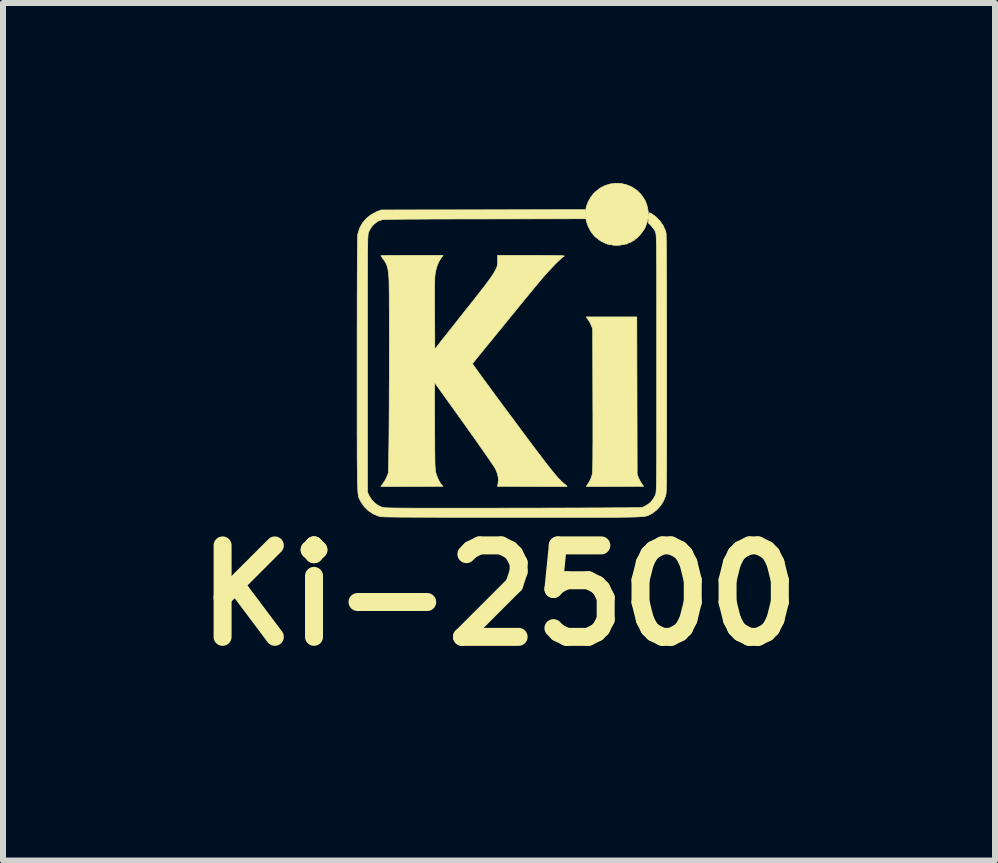
<source format=kicad_pcb>
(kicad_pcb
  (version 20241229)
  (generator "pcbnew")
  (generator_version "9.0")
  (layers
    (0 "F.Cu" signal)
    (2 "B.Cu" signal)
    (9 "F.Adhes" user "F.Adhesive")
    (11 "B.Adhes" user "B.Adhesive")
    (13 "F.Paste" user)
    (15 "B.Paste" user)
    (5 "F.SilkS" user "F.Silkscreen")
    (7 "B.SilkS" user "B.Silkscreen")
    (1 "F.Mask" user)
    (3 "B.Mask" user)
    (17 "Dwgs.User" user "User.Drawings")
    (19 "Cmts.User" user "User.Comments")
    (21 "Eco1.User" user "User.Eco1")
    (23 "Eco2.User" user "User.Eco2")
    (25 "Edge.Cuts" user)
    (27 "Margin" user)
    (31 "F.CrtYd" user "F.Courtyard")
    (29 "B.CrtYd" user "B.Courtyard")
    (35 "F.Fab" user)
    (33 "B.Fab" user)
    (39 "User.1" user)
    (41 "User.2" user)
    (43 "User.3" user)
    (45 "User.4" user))
  (footprint "Ki-2500"
    (layer "F.Cu")
    (at 5.494 2.802)
    (property "Reference" "Ki-2500" (at -0.225 4.075 0) (layer "F.SilkS") (effects (font (size 1.524 1.524) (thickness 0.3))))
    (attr through_hole)
    (fp_poly (pts (xy 2.075 0.744) (xy 2.078 2.057) (xy 2.1 2.113) (xy 2.12 2.153) (xy 2.143 2.194) (xy 2.154 2.212) (xy 2.185 2.255) (xy 1.707 2.258) (xy 1.611 2.258) (xy 1.521 2.259) (xy 1.44 2.259) (xy 1.369 2.259) (xy 1.31 2.258) (xy 1.266 2.258) (xy 1.239 2.257) (xy 1.229 2.256) (xy 1.235 2.247) (xy 1.249 2.227) (xy 1.253 2.221) (xy 1.3 2.143) (xy 1.329 2.056) (xy 1.331 2.047) (xy 1.332 2.03) (xy 1.334 2.001) (xy 1.336 1.959) (xy 1.337 1.903) (xy 1.338 1.832) (xy 1.339 1.746) (xy 1.339 1.644) (xy 1.34 1.526) (xy 1.34 1.39) (xy 1.34 1.236) (xy 1.34 1.064) (xy 1.339 0.872) (xy 1.339 0.808) (xy 1.336 -0.371) (xy 1.313 -0.426) (xy 1.294 -0.467) (xy 1.271 -0.508) (xy 1.259 -0.525) (xy 1.228 -0.569) (xy 2.072 -0.569) (xy 2.075 0.744)) (stroke (width 0.01) (type solid)) (fill yes) (layer "F.SilkS"))
    (fp_poly (pts (xy -1.193 -1.547) (xy -1.231 -1.483) (xy -1.261 -1.409) (xy -1.284 -1.32) (xy -1.285 -1.314) (xy -1.288 -1.295) (xy -1.291 -1.272) (xy -1.294 -1.244) (xy -1.296 -1.21) (xy -1.297 -1.167) (xy -1.298 -1.115) (xy -1.299 -1.051) (xy -1.299 -0.973) (xy -1.299 -0.88) (xy -1.299 -0.77) (xy -1.298 -0.642) (xy -1.298 -0.633) (xy -1.295 -0.032) (xy -1.158 -0.207) (xy -1.122 -0.251) (xy -1.077 -0.309) (xy -1.022 -0.378) (xy -0.961 -0.455) (xy -0.896 -0.538) (xy -0.828 -0.624) (xy -0.759 -0.711) (xy -0.706 -0.777) (xy -0.626 -0.878) (xy -0.558 -0.965) (xy -0.501 -1.039) (xy -0.452 -1.102) (xy -0.412 -1.156) (xy -0.378 -1.202) (xy -0.351 -1.241) (xy -0.328 -1.276) (xy -0.308 -1.307) (xy -0.291 -1.337) (xy -0.278 -1.361) (xy -0.264 -1.392) (xy -0.255 -1.42) (xy -0.25 -1.451) (xy -0.249 -1.494) (xy -0.249 -1.506) (xy -0.249 -1.595) (xy 0.307 -1.595) (xy 0.443 -1.595) (xy 0.561 -1.594) (xy 0.659 -1.593) (xy 0.739 -1.592) (xy 0.799 -1.591) (xy 0.84 -1.589) (xy 0.861 -1.586) (xy 0.864 -1.585) (xy 0.856 -1.575) (xy 0.853 -1.575) (xy 0.84 -1.568) (xy 0.816 -1.548) (xy 0.783 -1.517) (xy 0.742 -1.478) (xy 0.697 -1.433) (xy 0.65 -1.383) (xy 0.602 -1.332) (xy 0.556 -1.282) (xy 0.514 -1.234) (xy 0.481 -1.195) (xy 0.437 -1.143) (xy 0.385 -1.081) (xy 0.328 -1.011) (xy 0.267 -0.937) (xy 0.205 -0.862) (xy 0.153 -0.798) (xy 0.088 -0.718) (xy 0.014 -0.627) (xy -0.067 -0.528) (xy -0.15 -0.426) (xy -0.233 -0.324) (xy -0.312 -0.227) (xy -0.38 -0.144) (xy -0.44 -0.071) (xy -0.495 -0.003) (xy -0.545 0.058) (xy -0.588 0.111) (xy -0.623 0.155) (xy -0.649 0.187) (xy -0.664 0.207) (xy -0.668 0.212) (xy -0.662 0.221) (xy -0.645 0.245) (xy -0.618 0.283) (xy -0.581 0.335) (xy -0.534 0.398) (xy -0.48 0.473) (xy -0.418 0.557) (xy -0.349 0.651) (xy -0.275 0.752) (xy -0.195 0.86) (xy -0.111 0.974) (xy -0.023 1.092) (xy -0.015 1.102) (xy 0.099 1.256) (xy 0.202 1.395) (xy 0.294 1.518) (xy 0.377 1.629) (xy 0.45 1.726) (xy 0.516 1.811) (xy 0.573 1.886) (xy 0.624 1.951) (xy 0.669 2.006) (xy 0.708 2.054) (xy 0.742 2.094) (xy 0.773 2.128) (xy 0.8 2.156) (xy 0.825 2.18) (xy 0.847 2.201) (xy 0.865 2.215) (xy 0.89 2.236) (xy 0.906 2.251) (xy 0.91 2.257) (xy 0.899 2.258) (xy 0.87 2.258) (xy 0.824 2.258) (xy 0.764 2.259) (xy 0.69 2.259) (xy 0.605 2.259) (xy 0.511 2.259) (xy 0.409 2.258) (xy 0.327 2.258) (xy -0.252 2.255) (xy -0.242 2.212) (xy -0.235 2.138) (xy -0.247 2.059) (xy -0.278 1.977) (xy -0.28 1.973) (xy -0.292 1.952) (xy -0.315 1.916) (xy -0.349 1.866) (xy -0.392 1.803) (xy -0.443 1.729) (xy -0.502 1.644) (xy -0.568 1.55) (xy -0.639 1.448) (xy -0.716 1.34) (xy -0.797 1.226) (xy -0.805 1.215) (xy -0.88 1.111) (xy -0.951 1.011) (xy -1.019 0.917) (xy -1.081 0.83) (xy -1.137 0.752) (xy -1.186 0.684) (xy -1.227 0.626) (xy -1.259 0.581) (xy -1.282 0.549) (xy -1.295 0.532) (xy -1.297 0.529) (xy -1.298 0.538) (xy -1.298 0.566) (xy -1.299 0.611) (xy -1.299 0.671) (xy -1.299 0.746) (xy -1.299 0.832) (xy -1.299 0.93) (xy -1.299 1.037) (xy -1.298 1.151) (xy -1.298 1.25) (xy -1.297 1.39) (xy -1.296 1.512) (xy -1.296 1.616) (xy -1.295 1.704) (xy -1.294 1.778) (xy -1.293 1.839) (xy -1.292 1.889) (xy -1.29 1.929) (xy -1.288 1.96) (xy -1.286 1.985) (xy -1.284 2.005) (xy -1.281 2.02) (xy -1.277 2.034) (xy -1.276 2.037) (xy -1.254 2.1) (xy -1.228 2.158) (xy -1.201 2.205) (xy -1.182 2.229) (xy -1.158 2.255) (xy -1.676 2.258) (xy -1.777 2.258) (xy -1.871 2.259) (xy -1.956 2.259) (xy -2.032 2.259) (xy -2.095 2.259) (xy -2.145 2.258) (xy -2.178 2.258) (xy -2.194 2.257) (xy -2.195 2.257) (xy -2.189 2.248) (xy -2.174 2.228) (xy -2.164 2.215) (xy -2.126 2.158) (xy -2.093 2.092) (xy -2.071 2.032) (xy -2.07 2.016) (xy -2.068 1.981) (xy -2.067 1.928) (xy -2.065 1.86) (xy -2.064 1.776) (xy -2.063 1.679) (xy -2.061 1.569) (xy -2.06 1.449) (xy -2.059 1.319) (xy -2.058 1.181) (xy -2.057 1.036) (xy -2.056 0.885) (xy -2.056 0.73) (xy -2.055 0.573) (xy -2.054 0.414) (xy -2.054 0.255) (xy -2.054 0.097) (xy -2.054 -0.058) (xy -2.053 -0.209) (xy -2.054 -0.356) (xy -2.054 -0.495) (xy -2.054 -0.627) (xy -2.055 -0.749) (xy -2.055 -0.86) (xy -2.056 -0.96) (xy -2.057 -1.046) (xy -2.058 -1.118) (xy -2.059 -1.173) (xy -2.061 -1.211) (xy -2.061 -1.219) (xy -2.068 -1.299) (xy -2.077 -1.363) (xy -2.091 -1.416) (xy -2.109 -1.461) (xy -2.134 -1.504) (xy -2.155 -1.533) (xy -2.175 -1.56) (xy -2.189 -1.581) (xy -2.195 -1.59) (xy -2.185 -1.591) (xy -2.156 -1.592) (xy -2.112 -1.593) (xy -2.052 -1.594) (xy -1.98 -1.594) (xy -1.897 -1.595) (xy -1.806 -1.595) (xy -1.707 -1.595) (xy -1.676 -1.595) (xy -1.158 -1.595) (xy -1.193 -1.547)) (stroke (width 0.01) (type solid)) (fill yes) (layer "F.SilkS"))
    (fp_poly (pts (xy 1.817 -2.792) (xy 1.907 -2.77) (xy 1.993 -2.733) (xy 2.071 -2.681) (xy 2.14 -2.614) (xy 2.197 -2.533) (xy 2.212 -2.504) (xy 2.233 -2.454) (xy 2.25 -2.393) (xy 2.261 -2.332) (xy 2.266 -2.28) (xy 2.26 -2.216) (xy 2.243 -2.145) (xy 2.218 -2.076) (xy 2.209 -2.055) (xy 2.192 -2.026) (xy 2.167 -1.99) (xy 2.139 -1.954) (xy 2.11 -1.92) (xy 2.084 -1.892) (xy 2.063 -1.874) (xy 2.055 -1.87) (xy 2.04 -1.861) (xy 2.036 -1.854) (xy 2.027 -1.843) (xy 2.022 -1.844) (xy 2.01 -1.841) (xy 1.993 -1.828) (xy 1.978 -1.816) (xy 1.971 -1.814) (xy 1.971 -1.814) (xy 1.965 -1.815) (xy 1.957 -1.81) (xy 1.943 -1.803) (xy 1.937 -1.805) (xy 1.931 -1.804) (xy 1.93 -1.799) (xy 1.924 -1.792) (xy 1.92 -1.793) (xy 1.911 -1.792) (xy 1.91 -1.788) (xy 1.902 -1.781) (xy 1.89 -1.783) (xy 1.873 -1.784) (xy 1.869 -1.778) (xy 1.861 -1.772) (xy 1.844 -1.774) (xy 1.825 -1.776) (xy 1.819 -1.771) (xy 1.809 -1.767) (xy 1.784 -1.764) (xy 1.749 -1.762) (xy 1.737 -1.762) (xy 1.7 -1.763) (xy 1.671 -1.765) (xy 1.657 -1.769) (xy 1.656 -1.77) (xy 1.648 -1.774) (xy 1.631 -1.772) (xy 1.611 -1.771) (xy 1.605 -1.777) (xy 1.598 -1.783) (xy 1.59 -1.782) (xy 1.577 -1.782) (xy 1.575 -1.787) (xy 1.567 -1.793) (xy 1.56 -1.792) (xy 1.547 -1.793) (xy 1.544 -1.798) (xy 1.538 -1.805) (xy 1.534 -1.803) (xy 1.525 -1.805) (xy 1.524 -1.808) (xy 1.518 -1.815) (xy 1.514 -1.814) (xy 1.504 -1.815) (xy 1.504 -1.819) (xy 1.497 -1.825) (xy 1.494 -1.824) (xy 1.484 -1.825) (xy 1.483 -1.829) (xy 1.477 -1.835) (xy 1.473 -1.834) (xy 1.464 -1.835) (xy 1.463 -1.838) (xy 1.455 -1.848) (xy 1.449 -1.849) (xy 1.433 -1.857) (xy 1.429 -1.864) (xy 1.418 -1.878) (xy 1.412 -1.88) (xy 1.396 -1.888) (xy 1.372 -1.91) (xy 1.343 -1.943) (xy 1.313 -1.983) (xy 1.294 -2.012) (xy 1.26 -2.08) (xy 1.232 -2.16) (xy 1.216 -2.235) (xy 1.213 -2.252) (xy 1.211 -2.25) (xy 1.21 -2.233) (xy 1.209 -2.205) (xy -0.484 -2.202) (xy -0.709 -2.202) (xy -0.915 -2.202) (xy -1.102 -2.201) (xy -1.27 -2.201) (xy -1.422 -2.2) (xy -1.557 -2.199) (xy -1.677 -2.199) (xy -1.781 -2.198) (xy -1.872 -2.197) (xy -1.949 -2.196) (xy -2.014 -2.195) (xy -2.067 -2.194) (xy -2.108 -2.193) (xy -2.14 -2.192) (xy -2.162 -2.19) (xy -2.176 -2.189) (xy -2.182 -2.187) (xy -2.182 -2.187) (xy -2.191 -2.179) (xy -2.196 -2.18) (xy -2.212 -2.179) (xy -2.237 -2.167) (xy -2.269 -2.146) (xy -2.302 -2.12) (xy -2.332 -2.091) (xy -2.335 -2.087) (xy -2.363 -2.05) (xy -2.387 -2.008) (xy -2.397 -1.985) (xy -2.4 -1.978) (xy -2.402 -1.971) (xy -2.404 -1.963) (xy -2.406 -1.953) (xy -2.407 -1.94) (xy -2.409 -1.923) (xy -2.41 -1.901) (xy -2.412 -1.874) (xy -2.413 -1.841) (xy -2.414 -1.801) (xy -2.414 -1.752) (xy -2.415 -1.696) (xy -2.416 -1.629) (xy -2.416 -1.552) (xy -2.417 -1.464) (xy -2.417 -1.364) (xy -2.417 -1.251) (xy -2.418 -1.125) (xy -2.418 -0.984) (xy -2.418 -0.827) (xy -2.418 -0.654) (xy -2.418 -0.465) (xy -2.418 -0.257) (xy -2.418 -0.031) (xy -2.418 0.211) (xy -2.418 2.352) (xy -2.389 2.414) (xy -2.351 2.475) (xy -2.299 2.531) (xy -2.239 2.575) (xy -2.179 2.602) (xy -2.171 2.604) (xy -2.163 2.606) (xy -2.152 2.608) (xy -2.139 2.61) (xy -2.123 2.611) (xy -2.102 2.613) (xy -2.075 2.614) (xy -2.043 2.615) (xy -2.004 2.616) (xy -1.957 2.617) (xy -1.901 2.617) (xy -1.836 2.618) (xy -1.761 2.618) (xy -1.675 2.619) (xy -1.577 2.619) (xy -1.466 2.619) (xy -1.342 2.619) (xy -1.203 2.619) (xy -1.05 2.619) (xy -0.88 2.619) (xy -0.693 2.619) (xy -0.488 2.619) (xy -0.265 2.619) (xy -0.022 2.618) (xy 0.005 2.618) (xy 0.212 2.618) (xy 0.413 2.618) (xy 0.608 2.617) (xy 0.796 2.617) (xy 0.976 2.616) (xy 1.147 2.616) (xy 1.308 2.615) (xy 1.458 2.615) (xy 1.596 2.614) (xy 1.721 2.613) (xy 1.833 2.613) (xy 1.929 2.612) (xy 2.01 2.611) (xy 2.074 2.61) (xy 2.121 2.61) (xy 2.148 2.609) (xy 2.156 2.608) (xy 2.174 2.602) (xy 2.194 2.593) (xy 2.219 2.579) (xy 2.256 2.556) (xy 2.271 2.546) (xy 2.307 2.515) (xy 2.342 2.47) (xy 2.372 2.419) (xy 2.384 2.392) (xy 2.386 2.386) (xy 2.388 2.379) (xy 2.39 2.37) (xy 2.391 2.358) (xy 2.393 2.343) (xy 2.394 2.324) (xy 2.396 2.299) (xy 2.397 2.269) (xy 2.398 2.232) (xy 2.399 2.187) (xy 2.399 2.134) (xy 2.4 2.072) (xy 2.401 1.999) (xy 2.401 1.916) (xy 2.402 1.821) (xy 2.402 1.713) (xy 2.402 1.592) (xy 2.402 1.457) (xy 2.403 1.306) (xy 2.403 1.14) (xy 2.403 0.957) (xy 2.403 0.757) (xy 2.403 0.538) (xy 2.403 0.3) (xy 2.403 0.208) (xy 2.403 -0.037) (xy 2.403 -0.263) (xy 2.403 -0.47) (xy 2.403 -0.66) (xy 2.403 -0.832) (xy 2.402 -0.988) (xy 2.402 -1.129) (xy 2.402 -1.256) (xy 2.402 -1.368) (xy 2.401 -1.468) (xy 2.401 -1.556) (xy 2.4 -1.632) (xy 2.4 -1.699) (xy 2.399 -1.755) (xy 2.398 -1.803) (xy 2.397 -1.843) (xy 2.396 -1.876) (xy 2.395 -1.903) (xy 2.393 -1.924) (xy 2.392 -1.941) (xy 2.39 -1.954) (xy 2.388 -1.964) (xy 2.386 -1.972) (xy 2.384 -1.979) (xy 2.373 -2.008) (xy 2.362 -2.027) (xy 2.356 -2.032) (xy 2.347 -2.04) (xy 2.347 -2.042) (xy 2.34 -2.054) (xy 2.323 -2.075) (xy 2.306 -2.094) (xy 2.264 -2.135) (xy 2.271 -2.218) (xy 2.275 -2.257) (xy 2.278 -2.287) (xy 2.281 -2.303) (xy 2.282 -2.305) (xy 2.292 -2.302) (xy 2.313 -2.292) (xy 2.332 -2.281) (xy 2.398 -2.232) (xy 2.458 -2.168) (xy 2.509 -2.095) (xy 2.546 -2.016) (xy 2.559 -1.971) (xy 2.561 -1.955) (xy 2.562 -1.92) (xy 2.563 -1.865) (xy 2.564 -1.791) (xy 2.565 -1.698) (xy 2.566 -1.585) (xy 2.567 -1.452) (xy 2.568 -1.3) (xy 2.569 -1.127) (xy 2.569 -0.935) (xy 2.569 -0.723) (xy 2.57 -0.491) (xy 2.57 -0.239) (xy 2.57 0.034) (xy 2.57 0.215) (xy 2.57 0.46) (xy 2.57 0.686) (xy 2.57 0.894) (xy 2.57 1.083) (xy 2.57 1.256) (xy 2.57 1.412) (xy 2.57 1.553) (xy 2.57 1.68) (xy 2.569 1.793) (xy 2.569 1.893) (xy 2.569 1.981) (xy 2.568 2.058) (xy 2.567 2.124) (xy 2.567 2.182) (xy 2.566 2.23) (xy 2.565 2.271) (xy 2.564 2.304) (xy 2.563 2.332) (xy 2.561 2.354) (xy 2.56 2.372) (xy 2.558 2.386) (xy 2.556 2.397) (xy 2.554 2.406) (xy 2.552 2.415) (xy 2.55 2.42) (xy 2.515 2.504) (xy 2.465 2.582) (xy 2.402 2.65) (xy 2.331 2.704) (xy 2.304 2.719) (xy 2.292 2.725) (xy 2.282 2.731) (xy 2.271 2.736) (xy 2.261 2.741) (xy 2.249 2.745) (xy 2.235 2.749) (xy 2.218 2.753) (xy 2.198 2.756) (xy 2.173 2.759) (xy 2.142 2.761) (xy 2.106 2.764) (xy 2.062 2.766) (xy 2.01 2.767) (xy 1.95 2.769) (xy 1.88 2.77) (xy 1.8 2.771) (xy 1.709 2.772) (xy 1.605 2.772) (xy 1.489 2.773) (xy 1.359 2.773) (xy 1.215 2.773) (xy 1.055 2.773) (xy 0.879 2.773) (xy 0.687 2.773) (xy 0.476 2.773) (xy 0.247 2.773) (xy -0.002 2.773) (xy -0.015 2.773) (xy -0.27 2.773) (xy -0.506 2.772) (xy -0.723 2.772) (xy -0.922 2.772) (xy -1.103 2.772) (xy -1.267 2.771) (xy -1.416 2.771) (xy -1.549 2.77) (xy -1.668 2.77) (xy -1.773 2.769) (xy -1.864 2.769) (xy -1.944 2.768) (xy -2.011 2.767) (xy -2.068 2.766) (xy -2.114 2.765) (xy -2.151 2.764) (xy -2.179 2.762) (xy -2.199 2.761) (xy -2.211 2.76) (xy -2.215 2.759) (xy -2.312 2.721) (xy -2.397 2.667) (xy -2.469 2.598) (xy -2.527 2.515) (xy -2.538 2.494) (xy -2.544 2.482) (xy -2.55 2.472) (xy -2.555 2.461) (xy -2.559 2.451) (xy -2.564 2.439) (xy -2.567 2.425) (xy -2.571 2.407) (xy -2.574 2.386) (xy -2.577 2.36) (xy -2.579 2.329) (xy -2.581 2.291) (xy -2.583 2.246) (xy -2.585 2.193) (xy -2.586 2.131) (xy -2.587 2.06) (xy -2.588 1.978) (xy -2.589 1.884) (xy -2.59 1.779) (xy -2.59 1.66) (xy -2.59 1.527) (xy -2.591 1.38) (xy -2.591 1.217) (xy -2.591 1.038) (xy -2.591 0.841) (xy -2.591 0.626) (xy -2.591 0.393) (xy -2.591 0.215) (xy -2.591 -0.053) (xy -2.591 -0.3) (xy -2.59 -0.529) (xy -2.59 -0.738) (xy -2.59 -0.929) (xy -2.589 -1.102) (xy -2.589 -1.258) (xy -2.588 -1.396) (xy -2.588 -1.518) (xy -2.587 -1.624) (xy -2.586 -1.715) (xy -2.585 -1.79) (xy -2.584 -1.85) (xy -2.583 -1.897) (xy -2.581 -1.929) (xy -2.58 -1.948) (xy -2.579 -1.953) (xy -2.549 -2.048) (xy -2.502 -2.134) (xy -2.438 -2.209) (xy -2.36 -2.272) (xy -2.27 -2.321) (xy -2.25 -2.329) (xy -2.189 -2.352) (xy 1.208 -2.357) (xy 1.212 -2.329) (xy 1.215 -2.311) (xy 1.216 -2.312) (xy 1.218 -2.332) (xy 1.218 -2.332) (xy 1.229 -2.403) (xy 1.256 -2.477) (xy 1.296 -2.551) (xy 1.345 -2.618) (xy 1.376 -2.65) (xy 1.455 -2.713) (xy 1.54 -2.758) (xy 1.631 -2.786) (xy 1.724 -2.797) (xy 1.817 -2.792)) (stroke (width 0.01) (type solid)) (fill yes) (layer "F.SilkS")))
  (gr_rect
    (start -3 -3)
    (end 13.537 11.295)
    (stroke (width 0.1) (type default))
    (fill no)
    (layer "Edge.Cuts")))
</source>
